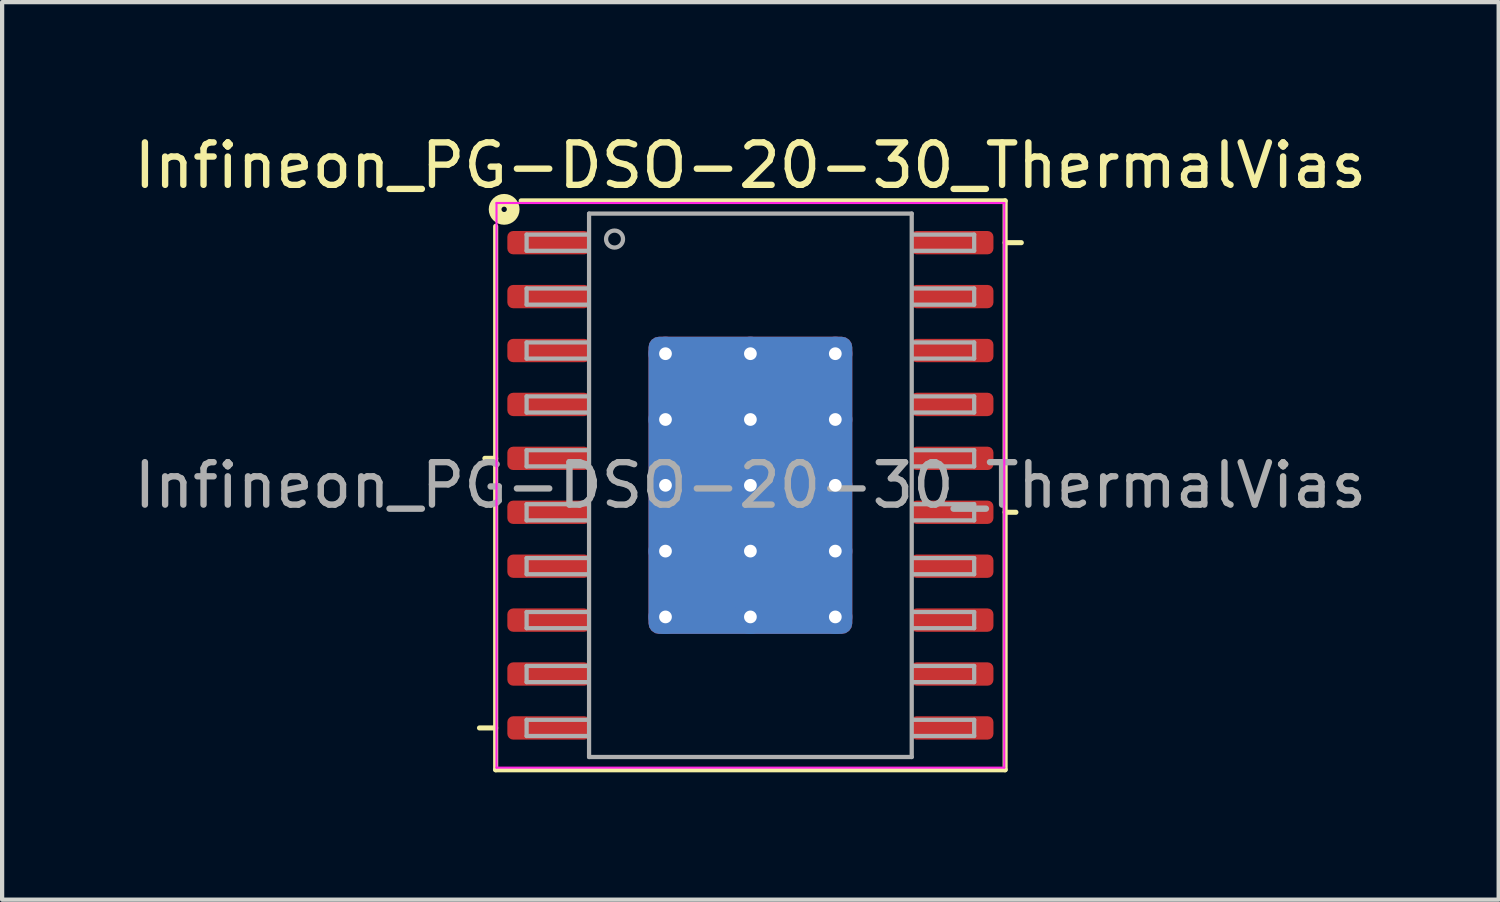
<source format=kicad_pcb>
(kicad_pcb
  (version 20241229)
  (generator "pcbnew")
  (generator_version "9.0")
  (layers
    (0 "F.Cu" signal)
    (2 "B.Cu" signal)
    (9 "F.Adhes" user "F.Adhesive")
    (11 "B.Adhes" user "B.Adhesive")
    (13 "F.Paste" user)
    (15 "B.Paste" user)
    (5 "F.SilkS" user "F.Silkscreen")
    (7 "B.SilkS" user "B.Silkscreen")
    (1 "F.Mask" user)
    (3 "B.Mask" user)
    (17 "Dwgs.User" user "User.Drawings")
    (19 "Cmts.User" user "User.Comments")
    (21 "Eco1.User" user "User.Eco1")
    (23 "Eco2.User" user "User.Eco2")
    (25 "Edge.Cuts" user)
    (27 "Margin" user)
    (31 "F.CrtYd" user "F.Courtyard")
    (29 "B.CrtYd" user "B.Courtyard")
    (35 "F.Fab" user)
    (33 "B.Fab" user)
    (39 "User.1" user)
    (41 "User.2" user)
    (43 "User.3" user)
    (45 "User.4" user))
  (footprint "Infineon_PG-DSO-20-30_ThermalVias"
    (layer "F.Cu")
    (at 14.625 8.381)
    (property "Reference" "Infineon_PG-DSO-20-30_ThermalVias" (at 0 -7.532 0) (layer "F.SilkS") (effects (font (size 1 1) (thickness 0.15))))
    (attr smd)
    (fp_line (start -6 -6.1) (end -6 6.7) (stroke (width 0.12) (type solid)) (layer "F.SilkS"))
    (fp_line (start -6 -0.635) (end -6.254 -0.635) (stroke (width 0.12) (type solid)) (layer "F.SilkS"))
    (fp_line (start -6 5.715) (end -6.381 5.715) (stroke (width 0.12) (type solid)) (layer "F.SilkS"))
    (fp_line (start -6 6.7) (end 6 6.7) (stroke (width 0.12) (type solid)) (layer "F.SilkS"))
    (fp_line (start 6 -6.7) (end -5.4 -6.7) (stroke (width 0.12) (type solid)) (layer "F.SilkS"))
    (fp_line (start 6 -5.715) (end 6.381 -5.715) (stroke (width 0.12) (type solid)) (layer "F.SilkS"))
    (fp_line (start 6 0.635) (end 6.254 0.635) (stroke (width 0.12) (type solid)) (layer "F.SilkS"))
    (fp_line (start 6 6.7) (end 6 -6.7) (stroke (width 0.12) (type solid)) (layer "F.SilkS"))
    (fp_circle (center -5.8 -6.5) (end -5.737 -6.5) (stroke (width 0.3) (type solid)) (fill no) (layer "F.SilkS"))
    (fp_line (start -5.98 -6.65) (end 5.98 -6.65) (stroke (width 0.05) (type solid)) (layer "F.CrtYd"))
    (fp_line (start -5.98 6.65) (end -5.98 -6.65) (stroke (width 0.05) (type solid)) (layer "F.CrtYd"))
    (fp_line (start -5.98 6.65) (end 5.98 6.65) (stroke (width 0.05) (type solid)) (layer "F.CrtYd"))
    (fp_line (start 5.98 6.65) (end 5.98 -6.65) (stroke (width 0.05) (type solid)) (layer "F.CrtYd"))
    (fp_line (start -5.271 -5.905) (end -5.271 -5.524) (stroke (width 0.1) (type solid)) (layer "F.Fab"))
    (fp_line (start -5.271 -5.905) (end -3.81 -5.905) (stroke (width 0.1) (type solid)) (layer "F.Fab"))
    (fp_line (start -5.271 -5.524) (end -3.81 -5.524) (stroke (width 0.1) (type solid)) (layer "F.Fab"))
    (fp_line (start -5.271 -4.636) (end -5.271 -4.255) (stroke (width 0.1) (type solid)) (layer "F.Fab"))
    (fp_line (start -5.271 -4.636) (end -3.81 -4.636) (stroke (width 0.1) (type solid)) (layer "F.Fab"))
    (fp_line (start -5.271 -4.255) (end -3.81 -4.255) (stroke (width 0.1) (type solid)) (layer "F.Fab"))
    (fp_line (start -5.271 -3.365) (end -5.271 -2.985) (stroke (width 0.1) (type solid)) (layer "F.Fab"))
    (fp_line (start -5.271 -3.365) (end -3.81 -3.365) (stroke (width 0.1) (type solid)) (layer "F.Fab"))
    (fp_line (start -5.271 -2.985) (end -3.81 -2.985) (stroke (width 0.1) (type solid)) (layer "F.Fab"))
    (fp_line (start -5.271 -2.095) (end -5.271 -1.714) (stroke (width 0.1) (type solid)) (layer "F.Fab"))
    (fp_line (start -5.271 -2.095) (end -3.81 -2.095) (stroke (width 0.1) (type solid)) (layer "F.Fab"))
    (fp_line (start -5.271 -1.714) (end -3.81 -1.714) (stroke (width 0.1) (type solid)) (layer "F.Fab"))
    (fp_line (start -5.271 -0.826) (end -5.271 -0.445) (stroke (width 0.1) (type solid)) (layer "F.Fab"))
    (fp_line (start -5.271 -0.826) (end -3.81 -0.826) (stroke (width 0.1) (type solid)) (layer "F.Fab"))
    (fp_line (start -5.271 -0.445) (end -3.81 -0.445) (stroke (width 0.1) (type solid)) (layer "F.Fab"))
    (fp_line (start -5.271 0.445) (end -5.271 0.826) (stroke (width 0.1) (type solid)) (layer "F.Fab"))
    (fp_line (start -5.271 0.445) (end -3.81 0.445) (stroke (width 0.1) (type solid)) (layer "F.Fab"))
    (fp_line (start -5.271 0.826) (end -3.81 0.826) (stroke (width 0.1) (type solid)) (layer "F.Fab"))
    (fp_line (start -5.271 1.714) (end -5.271 2.095) (stroke (width 0.1) (type solid)) (layer "F.Fab"))
    (fp_line (start -5.271 1.714) (end -3.81 1.714) (stroke (width 0.1) (type solid)) (layer "F.Fab"))
    (fp_line (start -5.271 2.095) (end -3.81 2.095) (stroke (width 0.1) (type solid)) (layer "F.Fab"))
    (fp_line (start -5.271 2.985) (end -5.271 3.365) (stroke (width 0.1) (type solid)) (layer "F.Fab"))
    (fp_line (start -5.271 2.985) (end -3.81 2.985) (stroke (width 0.1) (type solid)) (layer "F.Fab"))
    (fp_line (start -5.271 3.365) (end -3.81 3.365) (stroke (width 0.1) (type solid)) (layer "F.Fab"))
    (fp_line (start -5.271 4.255) (end -5.271 4.636) (stroke (width 0.1) (type solid)) (layer "F.Fab"))
    (fp_line (start -5.271 4.255) (end -3.81 4.255) (stroke (width 0.1) (type solid)) (layer "F.Fab"))
    (fp_line (start -5.271 4.636) (end -3.81 4.636) (stroke (width 0.1) (type solid)) (layer "F.Fab"))
    (fp_line (start -5.271 5.524) (end -5.271 5.905) (stroke (width 0.1) (type solid)) (layer "F.Fab"))
    (fp_line (start -5.271 5.524) (end -3.81 5.524) (stroke (width 0.1) (type solid)) (layer "F.Fab"))
    (fp_line (start -5.271 5.905) (end -3.81 5.905) (stroke (width 0.1) (type solid)) (layer "F.Fab"))
    (fp_line (start -3.8 -6.4) (end 3.8 -6.4) (stroke (width 0.1) (type solid)) (layer "F.Fab"))
    (fp_line (start -3.8 6.4) (end -3.8 -6.4) (stroke (width 0.1) (type solid)) (layer "F.Fab"))
    (fp_line (start 3.8 -6.4) (end 3.8 6.4) (stroke (width 0.1) (type solid)) (layer "F.Fab"))
    (fp_line (start 3.8 6.4) (end -3.8 6.4) (stroke (width 0.1) (type solid)) (layer "F.Fab"))
    (fp_line (start 5.271 -5.905) (end 3.81 -5.905) (stroke (width 0.1) (type solid)) (layer "F.Fab"))
    (fp_line (start 5.271 -5.524) (end 3.81 -5.524) (stroke (width 0.1) (type solid)) (layer "F.Fab"))
    (fp_line (start 5.271 -5.524) (end 5.271 -5.905) (stroke (width 0.1) (type solid)) (layer "F.Fab"))
    (fp_line (start 5.271 -4.636) (end 3.81 -4.636) (stroke (width 0.1) (type solid)) (layer "F.Fab"))
    (fp_line (start 5.271 -4.255) (end 3.81 -4.255) (stroke (width 0.1) (type solid)) (layer "F.Fab"))
    (fp_line (start 5.271 -4.255) (end 5.271 -4.636) (stroke (width 0.1) (type solid)) (layer "F.Fab"))
    (fp_line (start 5.271 -3.365) (end 3.81 -3.365) (stroke (width 0.1) (type solid)) (layer "F.Fab"))
    (fp_line (start 5.271 -2.985) (end 3.81 -2.985) (stroke (width 0.1) (type solid)) (layer "F.Fab"))
    (fp_line (start 5.271 -2.985) (end 5.271 -3.365) (stroke (width 0.1) (type solid)) (layer "F.Fab"))
    (fp_line (start 5.271 -2.095) (end 3.81 -2.095) (stroke (width 0.1) (type solid)) (layer "F.Fab"))
    (fp_line (start 5.271 -1.714) (end 3.81 -1.714) (stroke (width 0.1) (type solid)) (layer "F.Fab"))
    (fp_line (start 5.271 -1.714) (end 5.271 -2.095) (stroke (width 0.1) (type solid)) (layer "F.Fab"))
    (fp_line (start 5.271 -0.826) (end 3.81 -0.826) (stroke (width 0.1) (type solid)) (layer "F.Fab"))
    (fp_line (start 5.271 -0.445) (end 3.81 -0.445) (stroke (width 0.1) (type solid)) (layer "F.Fab"))
    (fp_line (start 5.271 -0.445) (end 5.271 -0.826) (stroke (width 0.1) (type solid)) (layer "F.Fab"))
    (fp_line (start 5.271 0.445) (end 3.81 0.445) (stroke (width 0.1) (type solid)) (layer "F.Fab"))
    (fp_line (start 5.271 0.826) (end 3.81 0.826) (stroke (width 0.1) (type solid)) (layer "F.Fab"))
    (fp_line (start 5.271 0.826) (end 5.271 0.445) (stroke (width 0.1) (type solid)) (layer "F.Fab"))
    (fp_line (start 5.271 1.714) (end 3.81 1.714) (stroke (width 0.1) (type solid)) (layer "F.Fab"))
    (fp_line (start 5.271 2.095) (end 3.81 2.095) (stroke (width 0.1) (type solid)) (layer "F.Fab"))
    (fp_line (start 5.271 2.095) (end 5.271 1.714) (stroke (width 0.1) (type solid)) (layer "F.Fab"))
    (fp_line (start 5.271 2.985) (end 3.81 2.985) (stroke (width 0.1) (type solid)) (layer "F.Fab"))
    (fp_line (start 5.271 3.365) (end 3.81 3.365) (stroke (width 0.1) (type solid)) (layer "F.Fab"))
    (fp_line (start 5.271 3.365) (end 5.271 2.985) (stroke (width 0.1) (type solid)) (layer "F.Fab"))
    (fp_line (start 5.271 4.255) (end 3.81 4.255) (stroke (width 0.1) (type solid)) (layer "F.Fab"))
    (fp_line (start 5.271 4.636) (end 3.81 4.636) (stroke (width 0.1) (type solid)) (layer "F.Fab"))
    (fp_line (start 5.271 4.636) (end 5.271 4.255) (stroke (width 0.1) (type solid)) (layer "F.Fab"))
    (fp_line (start 5.271 5.524) (end 3.81 5.524) (stroke (width 0.1) (type solid)) (layer "F.Fab"))
    (fp_line (start 5.271 5.905) (end 3.81 5.905) (stroke (width 0.1) (type solid)) (layer "F.Fab"))
    (fp_line (start 5.271 5.905) (end 5.271 5.524) (stroke (width 0.1) (type solid)) (layer "F.Fab"))
    (fp_circle (center -3.2 -5.8) (end -3 -5.8) (stroke (width 0.1) (type solid)) (fill no) (layer "F.Fab"))
    (fp_text user "${REFERENCE}" (at 0 0 0) (layer "F.Fab") (effects (font (size 1 1) (thickness 0.15))))
    (pad "" smd roundrect (at -1 -2.325) (size 1.7 1.25) (layers "F.Paste") (roundrect_rratio 0.2))
    (pad "" smd roundrect (at -1 -0.775) (size 1.7 1.25) (layers "F.Paste") (roundrect_rratio 0.2))
    (pad "" smd roundrect (at -1 0.775) (size 1.7 1.25) (layers "F.Paste") (roundrect_rratio 0.2))
    (pad "" smd roundrect (at -1 2.325) (size 1.7 1.25) (layers "F.Paste") (roundrect_rratio 0.2))
    (pad "" smd roundrect (at 1 -2.325) (size 1.7 1.25) (layers "F.Paste") (roundrect_rratio 0.2))
    (pad "" smd roundrect (at 1 -0.775) (size 1.7 1.25) (layers "F.Paste") (roundrect_rratio 0.2))
    (pad "" smd roundrect (at 1 0.775) (size 1.7 1.25) (layers "F.Paste") (roundrect_rratio 0.2))
    (pad "" smd roundrect (at 1 2.325) (size 1.7 1.25) (layers "F.Paste") (roundrect_rratio 0.2))
    (pad "1" smd roundrect (at -4.75 -5.715 90) (size 0.55 1.95) (layers "F.Cu" "F.Mask" "F.Paste") (roundrect_rratio 0.25))
    (pad "2" smd roundrect (at -4.75 -4.445 90) (size 0.55 1.95) (layers "F.Cu" "F.Mask" "F.Paste") (roundrect_rratio 0.25))
    (pad "3" smd roundrect (at -4.75 -3.175 90) (size 0.55 1.95) (layers "F.Cu" "F.Mask" "F.Paste") (roundrect_rratio 0.25))
    (pad "4" smd roundrect (at -4.75 -1.905 90) (size 0.55 1.95) (layers "F.Cu" "F.Mask" "F.Paste") (roundrect_rratio 0.25))
    (pad "5" smd roundrect (at -4.75 -0.635 90) (size 0.55 1.95) (layers "F.Cu" "F.Mask" "F.Paste") (roundrect_rratio 0.25))
    (pad "6" smd roundrect (at -4.75 0.635 90) (size 0.55 1.95) (layers "F.Cu" "F.Mask" "F.Paste") (roundrect_rratio 0.25))
    (pad "7" smd roundrect (at -4.75 1.905 90) (size 0.55 1.95) (layers "F.Cu" "F.Mask" "F.Paste") (roundrect_rratio 0.25))
    (pad "8" smd roundrect (at -4.75 3.175 90) (size 0.55 1.95) (layers "F.Cu" "F.Mask" "F.Paste") (roundrect_rratio 0.25))
    (pad "9" smd roundrect (at -4.75 4.445 90) (size 0.55 1.95) (layers "F.Cu" "F.Mask" "F.Paste") (roundrect_rratio 0.25))
    (pad "10" smd roundrect (at -4.75 5.715 90) (size 0.55 1.95) (layers "F.Cu" "F.Mask" "F.Paste") (roundrect_rratio 0.25))
    (pad "11" smd roundrect (at 4.75 5.715 90) (size 0.55 1.95) (layers "F.Cu" "F.Mask" "F.Paste") (roundrect_rratio 0.25))
    (pad "12" smd roundrect (at 4.75 4.445 90) (size 0.55 1.95) (layers "F.Cu" "F.Mask" "F.Paste") (roundrect_rratio 0.25))
    (pad "13" smd roundrect (at 4.75 3.175 90) (size 0.55 1.95) (layers "F.Cu" "F.Mask" "F.Paste") (roundrect_rratio 0.25))
    (pad "14" smd roundrect (at 4.75 1.905 90) (size 0.55 1.95) (layers "F.Cu" "F.Mask" "F.Paste") (roundrect_rratio 0.25))
    (pad "15" smd roundrect (at 4.75 0.635 90) (size 0.55 1.95) (layers "F.Cu" "F.Mask" "F.Paste") (roundrect_rratio 0.25))
    (pad "16" smd roundrect (at 4.75 -0.635 90) (size 0.55 1.95) (layers "F.Cu" "F.Mask" "F.Paste") (roundrect_rratio 0.25))
    (pad "17" smd roundrect (at 4.75 -1.905 90) (size 0.55 1.95) (layers "F.Cu" "F.Mask" "F.Paste") (roundrect_rratio 0.25))
    (pad "18" smd roundrect (at 4.75 -3.175 90) (size 0.55 1.95) (layers "F.Cu" "F.Mask" "F.Paste") (roundrect_rratio 0.25))
    (pad "19" smd roundrect (at 4.75 -4.445 90) (size 0.55 1.95) (layers "F.Cu" "F.Mask" "F.Paste") (roundrect_rratio 0.25))
    (pad "20" smd roundrect (at 4.75 -5.715 90) (size 0.55 1.95) (layers "F.Cu" "F.Mask" "F.Paste") (roundrect_rratio 0.25))
    (pad "21" thru_hole circle (at -2 -3.1) (size 0.8 0.8) (drill 0.3) (property pad_prop_heatsink) (layers "*.Cu"))
    (pad "21" thru_hole circle (at -2 -1.55) (size 0.8 0.8) (drill 0.3) (property pad_prop_heatsink) (layers "*.Cu"))
    (pad "21" thru_hole circle (at -2 0) (size 0.8 0.8) (drill 0.3) (property pad_prop_heatsink) (layers "*.Cu"))
    (pad "21" thru_hole circle (at -2 1.55) (size 0.8 0.8) (drill 0.3) (property pad_prop_heatsink) (layers "*.Cu"))
    (pad "21" thru_hole circle (at -2 3.1) (size 0.8 0.8) (drill 0.3) (property pad_prop_heatsink) (layers "*.Cu"))
    (pad "21" thru_hole circle (at 0 -3.1) (size 0.8 0.8) (drill 0.3) (property pad_prop_heatsink) (layers "*.Cu"))
    (pad "21" thru_hole circle (at 0 -1.55) (size 0.8 0.8) (drill 0.3) (property pad_prop_heatsink) (layers "*.Cu"))
    (pad "21" thru_hole circle (at 0 0) (size 0.8 0.8) (drill 0.3) (property pad_prop_heatsink) (layers "*.Cu"))
    (pad "21" smd roundrect (at 0 0) (size 4.8 7) (layers "F.Cu" "F.Mask") (roundrect_rratio 0.052))
    (pad "21" smd roundrect (at 0 0) (size 4.8 7) (layers "B.Cu" "B.Mask") (roundrect_rratio 0.052))
    (pad "21" thru_hole circle (at 0 1.55) (size 0.8 0.8) (drill 0.3) (property pad_prop_heatsink) (layers "*.Cu"))
    (pad "21" thru_hole circle (at 0 3.1) (size 0.8 0.8) (drill 0.3) (property pad_prop_heatsink) (layers "*.Cu"))
    (pad "21" thru_hole circle (at 2 -3.1) (size 0.8 0.8) (drill 0.3) (property pad_prop_heatsink) (layers "*.Cu"))
    (pad "21" thru_hole circle (at 2 -1.55) (size 0.8 0.8) (drill 0.3) (property pad_prop_heatsink) (layers "*.Cu"))
    (pad "21" thru_hole circle (at 2 0) (size 0.8 0.8) (drill 0.3) (property pad_prop_heatsink) (layers "*.Cu"))
    (pad "21" thru_hole circle (at 2 1.55) (size 0.8 0.8) (drill 0.3) (property pad_prop_heatsink) (layers "*.Cu"))
    (pad "21" thru_hole circle (at 2 3.1) (size 0.8 0.8) (drill 0.3) (property pad_prop_heatsink) (layers "*.Cu")))
  (gr_rect
    (start -3 -3)
    (end 32.25 18.141)
    (stroke (width 0.1) (type default))
    (fill no)
    (layer "Edge.Cuts")))
</source>
